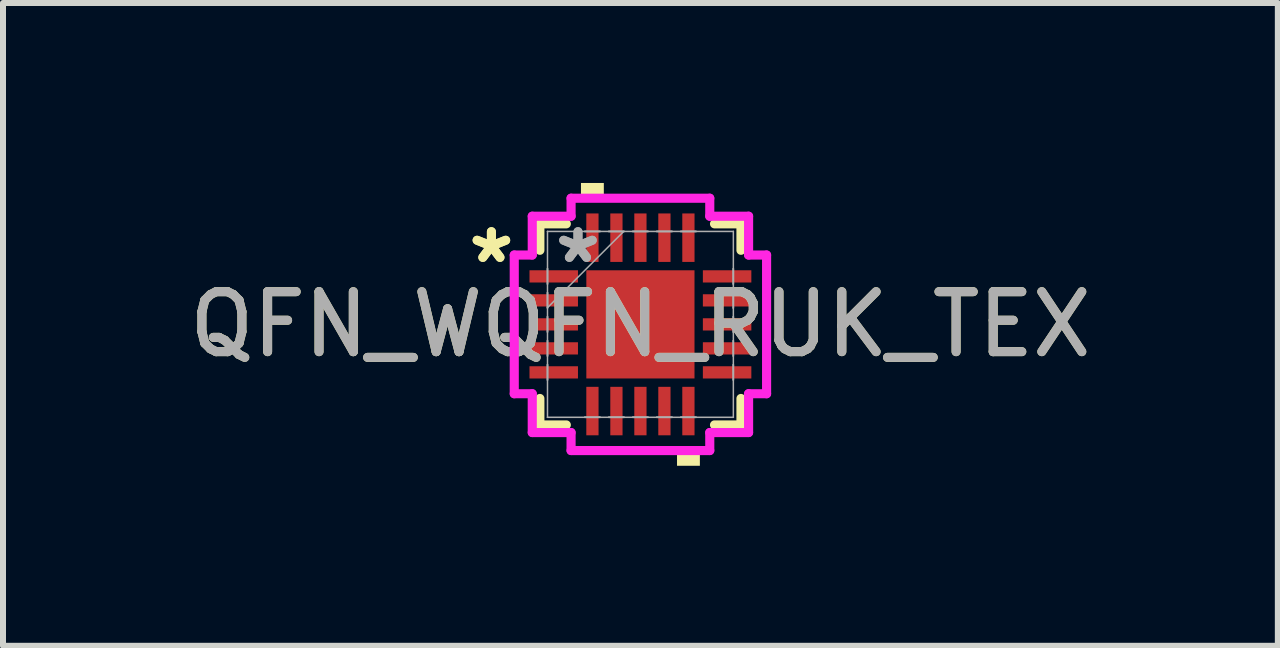
<source format=kicad_pcb>
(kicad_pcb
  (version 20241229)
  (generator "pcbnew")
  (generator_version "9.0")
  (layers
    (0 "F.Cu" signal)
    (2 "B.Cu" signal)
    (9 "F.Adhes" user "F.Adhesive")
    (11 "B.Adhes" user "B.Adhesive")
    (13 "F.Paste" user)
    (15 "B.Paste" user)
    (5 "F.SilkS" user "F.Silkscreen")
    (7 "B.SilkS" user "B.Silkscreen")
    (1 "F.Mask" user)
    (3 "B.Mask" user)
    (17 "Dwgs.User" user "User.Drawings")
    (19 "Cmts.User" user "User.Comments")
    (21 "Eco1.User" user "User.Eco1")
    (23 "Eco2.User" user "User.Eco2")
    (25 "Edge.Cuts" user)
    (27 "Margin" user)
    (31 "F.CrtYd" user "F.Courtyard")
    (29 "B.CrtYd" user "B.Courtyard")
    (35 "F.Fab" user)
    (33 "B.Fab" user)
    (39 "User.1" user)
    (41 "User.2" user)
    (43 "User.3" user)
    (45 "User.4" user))
  (footprint "QFN_WQFN_RUK_TEX"
    (layer "F.Cu")
    (at 7.625 2.357)
    (property "Reference" "QFN_WQFN_RUK_TEX" (at 0 0 0) (unlocked yes) (layer "F.SilkS") (effects (font (size 1 1) (thickness 0.15))))
    (attr smd)
    (fp_line (start -1.676 -1.676) (end -1.676 -1.235) (stroke (width 0.152) (type solid)) (layer "F.SilkS"))
    (fp_line (start -1.676 1.235) (end -1.676 1.676) (stroke (width 0.152) (type solid)) (layer "F.SilkS"))
    (fp_line (start -1.676 1.676) (end -1.235 1.676) (stroke (width 0.152) (type solid)) (layer "F.SilkS"))
    (fp_line (start -1.235 -1.676) (end -1.676 -1.676) (stroke (width 0.152) (type solid)) (layer "F.SilkS"))
    (fp_line (start 1.235 1.676) (end 1.676 1.676) (stroke (width 0.152) (type solid)) (layer "F.SilkS"))
    (fp_line (start 1.676 -1.676) (end 1.235 -1.676) (stroke (width 0.152) (type solid)) (layer "F.SilkS"))
    (fp_line (start 1.676 -1.235) (end 1.676 -1.676) (stroke (width 0.152) (type solid)) (layer "F.SilkS"))
    (fp_line (start 1.676 1.676) (end 1.676 1.235) (stroke (width 0.152) (type solid)) (layer "F.SilkS"))
    (fp_poly (pts (xy -0.991 -2.103) (xy -0.991 -2.357) (xy -0.61 -2.357) (xy -0.61 -2.103)) (stroke (width 0) (type solid)) (fill yes) (layer "F.SilkS"))
    (fp_poly (pts (xy 0.61 2.103) (xy 0.61 2.357) (xy 0.991 2.357) (xy 0.991 2.103)) (stroke (width 0) (type solid)) (fill yes) (layer "F.SilkS"))
    (fp_line (start -2.103 -1.156) (end -1.803 -1.156) (stroke (width 0.152) (type solid)) (layer "F.CrtYd"))
    (fp_line (start -2.103 1.156) (end -2.103 -1.156) (stroke (width 0.152) (type solid)) (layer "F.CrtYd"))
    (fp_line (start -1.803 -1.803) (end -1.156 -1.803) (stroke (width 0.152) (type solid)) (layer "F.CrtYd"))
    (fp_line (start -1.803 -1.156) (end -1.803 -1.803) (stroke (width 0.152) (type solid)) (layer "F.CrtYd"))
    (fp_line (start -1.803 1.156) (end -2.103 1.156) (stroke (width 0.152) (type solid)) (layer "F.CrtYd"))
    (fp_line (start -1.803 1.803) (end -1.803 1.156) (stroke (width 0.152) (type solid)) (layer "F.CrtYd"))
    (fp_line (start -1.156 -2.103) (end 1.156 -2.103) (stroke (width 0.152) (type solid)) (layer "F.CrtYd"))
    (fp_line (start -1.156 -1.803) (end -1.156 -2.103) (stroke (width 0.152) (type solid)) (layer "F.CrtYd"))
    (fp_line (start -1.156 1.803) (end -1.803 1.803) (stroke (width 0.152) (type solid)) (layer "F.CrtYd"))
    (fp_line (start -1.156 2.103) (end -1.156 1.803) (stroke (width 0.152) (type solid)) (layer "F.CrtYd"))
    (fp_line (start 1.156 -2.103) (end 1.156 -1.803) (stroke (width 0.152) (type solid)) (layer "F.CrtYd"))
    (fp_line (start 1.156 -1.803) (end 1.803 -1.803) (stroke (width 0.152) (type solid)) (layer "F.CrtYd"))
    (fp_line (start 1.156 1.803) (end 1.156 2.103) (stroke (width 0.152) (type solid)) (layer "F.CrtYd"))
    (fp_line (start 1.156 2.103) (end -1.156 2.103) (stroke (width 0.152) (type solid)) (layer "F.CrtYd"))
    (fp_line (start 1.803 -1.803) (end 1.803 -1.156) (stroke (width 0.152) (type solid)) (layer "F.CrtYd"))
    (fp_line (start 1.803 -1.156) (end 2.103 -1.156) (stroke (width 0.152) (type solid)) (layer "F.CrtYd"))
    (fp_line (start 1.803 1.156) (end 1.803 1.803) (stroke (width 0.152) (type solid)) (layer "F.CrtYd"))
    (fp_line (start 1.803 1.803) (end 1.156 1.803) (stroke (width 0.152) (type solid)) (layer "F.CrtYd"))
    (fp_line (start 2.103 -1.156) (end 2.103 1.156) (stroke (width 0.152) (type solid)) (layer "F.CrtYd"))
    (fp_line (start 2.103 1.156) (end 1.803 1.156) (stroke (width 0.152) (type solid)) (layer "F.CrtYd"))
    (fp_line (start -1.549 -1.549) (end -1.549 -1.549) (stroke (width 0.025) (type solid)) (layer "F.Fab"))
    (fp_line (start -1.549 -1.549) (end -1.549 1.549) (stroke (width 0.025) (type solid)) (layer "F.Fab"))
    (fp_line (start -1.549 -0.927) (end -1.549 -0.927) (stroke (width 0.025) (type solid)) (layer "F.Fab"))
    (fp_line (start -1.549 -0.927) (end -1.549 -0.673) (stroke (width 0.025) (type solid)) (layer "F.Fab"))
    (fp_line (start -1.549 -0.673) (end -1.549 -0.927) (stroke (width 0.025) (type solid)) (layer "F.Fab"))
    (fp_line (start -1.549 -0.673) (end -1.549 -0.673) (stroke (width 0.025) (type solid)) (layer "F.Fab"))
    (fp_line (start -1.549 -0.527) (end -1.549 -0.527) (stroke (width 0.025) (type solid)) (layer "F.Fab"))
    (fp_line (start -1.549 -0.527) (end -1.549 -0.273) (stroke (width 0.025) (type solid)) (layer "F.Fab"))
    (fp_line (start -1.549 -0.279) (end -0.279 -1.549) (stroke (width 0.025) (type solid)) (layer "F.Fab"))
    (fp_line (start -1.549 -0.273) (end -1.549 -0.527) (stroke (width 0.025) (type solid)) (layer "F.Fab"))
    (fp_line (start -1.549 -0.273) (end -1.549 -0.273) (stroke (width 0.025) (type solid)) (layer "F.Fab"))
    (fp_line (start -1.549 -0.127) (end -1.549 -0.127) (stroke (width 0.025) (type solid)) (layer "F.Fab"))
    (fp_line (start -1.549 -0.127) (end -1.549 0.127) (stroke (width 0.025) (type solid)) (layer "F.Fab"))
    (fp_line (start -1.549 0.127) (end -1.549 -0.127) (stroke (width 0.025) (type solid)) (layer "F.Fab"))
    (fp_line (start -1.549 0.127) (end -1.549 0.127) (stroke (width 0.025) (type solid)) (layer "F.Fab"))
    (fp_line (start -1.549 0.273) (end -1.549 0.273) (stroke (width 0.025) (type solid)) (layer "F.Fab"))
    (fp_line (start -1.549 0.273) (end -1.549 0.527) (stroke (width 0.025) (type solid)) (layer "F.Fab"))
    (fp_line (start -1.549 0.527) (end -1.549 0.273) (stroke (width 0.025) (type solid)) (layer "F.Fab"))
    (fp_line (start -1.549 0.527) (end -1.549 0.527) (stroke (width 0.025) (type solid)) (layer "F.Fab"))
    (fp_line (start -1.549 0.673) (end -1.549 0.673) (stroke (width 0.025) (type solid)) (layer "F.Fab"))
    (fp_line (start -1.549 0.673) (end -1.549 0.927) (stroke (width 0.025) (type solid)) (layer "F.Fab"))
    (fp_line (start -1.549 0.927) (end -1.549 0.673) (stroke (width 0.025) (type solid)) (layer "F.Fab"))
    (fp_line (start -1.549 0.927) (end -1.549 0.927) (stroke (width 0.025) (type solid)) (layer "F.Fab"))
    (fp_line (start -1.549 1.549) (end -1.549 1.549) (stroke (width 0.025) (type solid)) (layer "F.Fab"))
    (fp_line (start -1.549 1.549) (end 1.549 1.549) (stroke (width 0.025) (type solid)) (layer "F.Fab"))
    (fp_line (start -0.927 -1.549) (end -0.927 -1.549) (stroke (width 0.025) (type solid)) (layer "F.Fab"))
    (fp_line (start -0.927 -1.549) (end -0.673 -1.549) (stroke (width 0.025) (type solid)) (layer "F.Fab"))
    (fp_line (start -0.927 1.549) (end -0.927 1.549) (stroke (width 0.025) (type solid)) (layer "F.Fab"))
    (fp_line (start -0.927 1.549) (end -0.673 1.549) (stroke (width 0.025) (type solid)) (layer "F.Fab"))
    (fp_line (start -0.673 -1.549) (end -0.927 -1.549) (stroke (width 0.025) (type solid)) (layer "F.Fab"))
    (fp_line (start -0.673 -1.549) (end -0.673 -1.549) (stroke (width 0.025) (type solid)) (layer "F.Fab"))
    (fp_line (start -0.673 1.549) (end -0.927 1.549) (stroke (width 0.025) (type solid)) (layer "F.Fab"))
    (fp_line (start -0.673 1.549) (end -0.673 1.549) (stroke (width 0.025) (type solid)) (layer "F.Fab"))
    (fp_line (start -0.527 -1.549) (end -0.527 -1.549) (stroke (width 0.025) (type solid)) (layer "F.Fab"))
    (fp_line (start -0.527 -1.549) (end -0.273 -1.549) (stroke (width 0.025) (type solid)) (layer "F.Fab"))
    (fp_line (start -0.527 1.549) (end -0.527 1.549) (stroke (width 0.025) (type solid)) (layer "F.Fab"))
    (fp_line (start -0.527 1.549) (end -0.273 1.549) (stroke (width 0.025) (type solid)) (layer "F.Fab"))
    (fp_line (start -0.273 -1.549) (end -0.527 -1.549) (stroke (width 0.025) (type solid)) (layer "F.Fab"))
    (fp_line (start -0.273 -1.549) (end -0.273 -1.549) (stroke (width 0.025) (type solid)) (layer "F.Fab"))
    (fp_line (start -0.273 1.549) (end -0.527 1.549) (stroke (width 0.025) (type solid)) (layer "F.Fab"))
    (fp_line (start -0.273 1.549) (end -0.273 1.549) (stroke (width 0.025) (type solid)) (layer "F.Fab"))
    (fp_line (start -0.127 -1.549) (end -0.127 -1.549) (stroke (width 0.025) (type solid)) (layer "F.Fab"))
    (fp_line (start -0.127 -1.549) (end 0.127 -1.549) (stroke (width 0.025) (type solid)) (layer "F.Fab"))
    (fp_line (start -0.127 1.549) (end -0.127 1.549) (stroke (width 0.025) (type solid)) (layer "F.Fab"))
    (fp_line (start -0.127 1.549) (end 0.127 1.549) (stroke (width 0.025) (type solid)) (layer "F.Fab"))
    (fp_line (start 0.127 -1.549) (end -0.127 -1.549) (stroke (width 0.025) (type solid)) (layer "F.Fab"))
    (fp_line (start 0.127 -1.549) (end 0.127 -1.549) (stroke (width 0.025) (type solid)) (layer "F.Fab"))
    (fp_line (start 0.127 1.549) (end -0.127 1.549) (stroke (width 0.025) (type solid)) (layer "F.Fab"))
    (fp_line (start 0.127 1.549) (end 0.127 1.549) (stroke (width 0.025) (type solid)) (layer "F.Fab"))
    (fp_line (start 0.273 -1.549) (end 0.273 -1.549) (stroke (width 0.025) (type solid)) (layer "F.Fab"))
    (fp_line (start 0.273 -1.549) (end 0.527 -1.549) (stroke (width 0.025) (type solid)) (layer "F.Fab"))
    (fp_line (start 0.273 1.549) (end 0.273 1.549) (stroke (width 0.025) (type solid)) (layer "F.Fab"))
    (fp_line (start 0.273 1.549) (end 0.527 1.549) (stroke (width 0.025) (type solid)) (layer "F.Fab"))
    (fp_line (start 0.527 -1.549) (end 0.273 -1.549) (stroke (width 0.025) (type solid)) (layer "F.Fab"))
    (fp_line (start 0.527 -1.549) (end 0.527 -1.549) (stroke (width 0.025) (type solid)) (layer "F.Fab"))
    (fp_line (start 0.527 1.549) (end 0.273 1.549) (stroke (width 0.025) (type solid)) (layer "F.Fab"))
    (fp_line (start 0.527 1.549) (end 0.527 1.549) (stroke (width 0.025) (type solid)) (layer "F.Fab"))
    (fp_line (start 0.673 -1.549) (end 0.673 -1.549) (stroke (width 0.025) (type solid)) (layer "F.Fab"))
    (fp_line (start 0.673 -1.549) (end 0.927 -1.549) (stroke (width 0.025) (type solid)) (layer "F.Fab"))
    (fp_line (start 0.673 1.549) (end 0.673 1.549) (stroke (width 0.025) (type solid)) (layer "F.Fab"))
    (fp_line (start 0.673 1.549) (end 0.927 1.549) (stroke (width 0.025) (type solid)) (layer "F.Fab"))
    (fp_line (start 0.927 -1.549) (end 0.673 -1.549) (stroke (width 0.025) (type solid)) (layer "F.Fab"))
    (fp_line (start 0.927 -1.549) (end 0.927 -1.549) (stroke (width 0.025) (type solid)) (layer "F.Fab"))
    (fp_line (start 0.927 1.549) (end 0.673 1.549) (stroke (width 0.025) (type solid)) (layer "F.Fab"))
    (fp_line (start 0.927 1.549) (end 0.927 1.549) (stroke (width 0.025) (type solid)) (layer "F.Fab"))
    (fp_line (start 1.549 -1.549) (end -1.549 -1.549) (stroke (width 0.025) (type solid)) (layer "F.Fab"))
    (fp_line (start 1.549 -1.549) (end 1.549 -1.549) (stroke (width 0.025) (type solid)) (layer "F.Fab"))
    (fp_line (start 1.549 -0.927) (end 1.549 -0.927) (stroke (width 0.025) (type solid)) (layer "F.Fab"))
    (fp_line (start 1.549 -0.927) (end 1.549 -0.673) (stroke (width 0.025) (type solid)) (layer "F.Fab"))
    (fp_line (start 1.549 -0.673) (end 1.549 -0.927) (stroke (width 0.025) (type solid)) (layer "F.Fab"))
    (fp_line (start 1.549 -0.673) (end 1.549 -0.673) (stroke (width 0.025) (type solid)) (layer "F.Fab"))
    (fp_line (start 1.549 -0.527) (end 1.549 -0.527) (stroke (width 0.025) (type solid)) (layer "F.Fab"))
    (fp_line (start 1.549 -0.527) (end 1.549 -0.273) (stroke (width 0.025) (type solid)) (layer "F.Fab"))
    (fp_line (start 1.549 -0.273) (end 1.549 -0.527) (stroke (width 0.025) (type solid)) (layer "F.Fab"))
    (fp_line (start 1.549 -0.273) (end 1.549 -0.273) (stroke (width 0.025) (type solid)) (layer "F.Fab"))
    (fp_line (start 1.549 -0.127) (end 1.549 -0.127) (stroke (width 0.025) (type solid)) (layer "F.Fab"))
    (fp_line (start 1.549 -0.127) (end 1.549 0.127) (stroke (width 0.025) (type solid)) (layer "F.Fab"))
    (fp_line (start 1.549 0.127) (end 1.549 -0.127) (stroke (width 0.025) (type solid)) (layer "F.Fab"))
    (fp_line (start 1.549 0.127) (end 1.549 0.127) (stroke (width 0.025) (type solid)) (layer "F.Fab"))
    (fp_line (start 1.549 0.273) (end 1.549 0.273) (stroke (width 0.025) (type solid)) (layer "F.Fab"))
    (fp_line (start 1.549 0.273) (end 1.549 0.527) (stroke (width 0.025) (type solid)) (layer "F.Fab"))
    (fp_line (start 1.549 0.527) (end 1.549 0.273) (stroke (width 0.025) (type solid)) (layer "F.Fab"))
    (fp_line (start 1.549 0.527) (end 1.549 0.527) (stroke (width 0.025) (type solid)) (layer "F.Fab"))
    (fp_line (start 1.549 0.673) (end 1.549 0.673) (stroke (width 0.025) (type solid)) (layer "F.Fab"))
    (fp_line (start 1.549 0.673) (end 1.549 0.927) (stroke (width 0.025) (type solid)) (layer "F.Fab"))
    (fp_line (start 1.549 0.927) (end 1.549 0.673) (stroke (width 0.025) (type solid)) (layer "F.Fab"))
    (fp_line (start 1.549 0.927) (end 1.549 0.927) (stroke (width 0.025) (type solid)) (layer "F.Fab"))
    (fp_line (start 1.549 1.549) (end 1.549 -1.549) (stroke (width 0.025) (type solid)) (layer "F.Fab"))
    (fp_line (start 1.549 1.549) (end 1.549 1.549) (stroke (width 0.025) (type solid)) (layer "F.Fab"))
    (fp_text user "*" (at -2.484 -1 0) (unlocked yes) (layer "F.SilkS") (effects (font (size 1 1) (thickness 0.15))))
    (fp_text user "*" (at -2.484 -1 0) (layer "F.SilkS") (effects (font (size 1 1) (thickness 0.15))))
    (fp_text user "${REFERENCE}" (at 0 0 0) (unlocked yes) (layer "F.Fab") (effects (font (size 1 1) (thickness 0.15))))
    (fp_text user "*" (at -1.041 -1 0) (layer "F.Fab") (effects (font (size 1 1) (thickness 0.15))))
    (fp_text user "*" (at -1.041 -1 0) (unlocked yes) (layer "F.Fab") (effects (font (size 1 1) (thickness 0.15))))
    (pad "1" smd rect (at -1.445 -0.8 90) (size 0.204 0.808) (layers "F.Cu" "F.Mask" "F.Paste"))
    (pad "2" smd rect (at -1.445 -0.4 90) (size 0.204 0.808) (layers "F.Cu" "F.Mask" "F.Paste"))
    (pad "3" smd rect (at -1.445 0 90) (size 0.204 0.808) (layers "F.Cu" "F.Mask" "F.Paste"))
    (pad "4" smd rect (at -1.445 0.4 90) (size 0.204 0.808) (layers "F.Cu" "F.Mask" "F.Paste"))
    (pad "5" smd rect (at -1.445 0.8 90) (size 0.204 0.808) (layers "F.Cu" "F.Mask" "F.Paste"))
    (pad "6" smd rect (at -0.8 1.445) (size 0.204 0.808) (layers "F.Cu" "F.Mask" "F.Paste"))
    (pad "7" smd rect (at -0.4 1.445) (size 0.204 0.808) (layers "F.Cu" "F.Mask" "F.Paste"))
    (pad "8" smd rect (at 0 1.445) (size 0.204 0.808) (layers "F.Cu" "F.Mask" "F.Paste"))
    (pad "9" smd rect (at 0.4 1.445) (size 0.204 0.808) (layers "F.Cu" "F.Mask" "F.Paste"))
    (pad "10" smd rect (at 0.8 1.445) (size 0.204 0.808) (layers "F.Cu" "F.Mask" "F.Paste"))
    (pad "11" smd rect (at 1.445 0.8 90) (size 0.204 0.808) (layers "F.Cu" "F.Mask" "F.Paste"))
    (pad "12" smd rect (at 1.445 0.4 90) (size 0.204 0.808) (layers "F.Cu" "F.Mask" "F.Paste"))
    (pad "13" smd rect (at 1.445 0 90) (size 0.204 0.808) (layers "F.Cu" "F.Mask" "F.Paste"))
    (pad "14" smd rect (at 1.445 -0.4 90) (size 0.204 0.808) (layers "F.Cu" "F.Mask" "F.Paste"))
    (pad "15" smd rect (at 1.445 -0.8 90) (size 0.204 0.808) (layers "F.Cu" "F.Mask" "F.Paste"))
    (pad "16" smd rect (at 0.8 -1.445) (size 0.204 0.808) (layers "F.Cu" "F.Mask" "F.Paste"))
    (pad "17" smd rect (at 0.4 -1.445) (size 0.204 0.808) (layers "F.Cu" "F.Mask" "F.Paste"))
    (pad "18" smd rect (at 0 -1.445) (size 0.204 0.808) (layers "F.Cu" "F.Mask" "F.Paste"))
    (pad "19" smd rect (at -0.4 -1.445) (size 0.204 0.808) (layers "F.Cu" "F.Mask" "F.Paste"))
    (pad "20" smd rect (at -0.8 -1.445) (size 0.204 0.808) (layers "F.Cu" "F.Mask" "F.Paste"))
    (pad "21" smd rect (at 0 0) (size 1.803 1.803) (layers "F.Cu" "F.Mask" "F.Paste")))
  (gr_rect
    (start -3 -3)
    (end 18.25 7.715)
    (stroke (width 0.1) (type default))
    (fill no)
    (layer "Edge.Cuts")))
</source>
